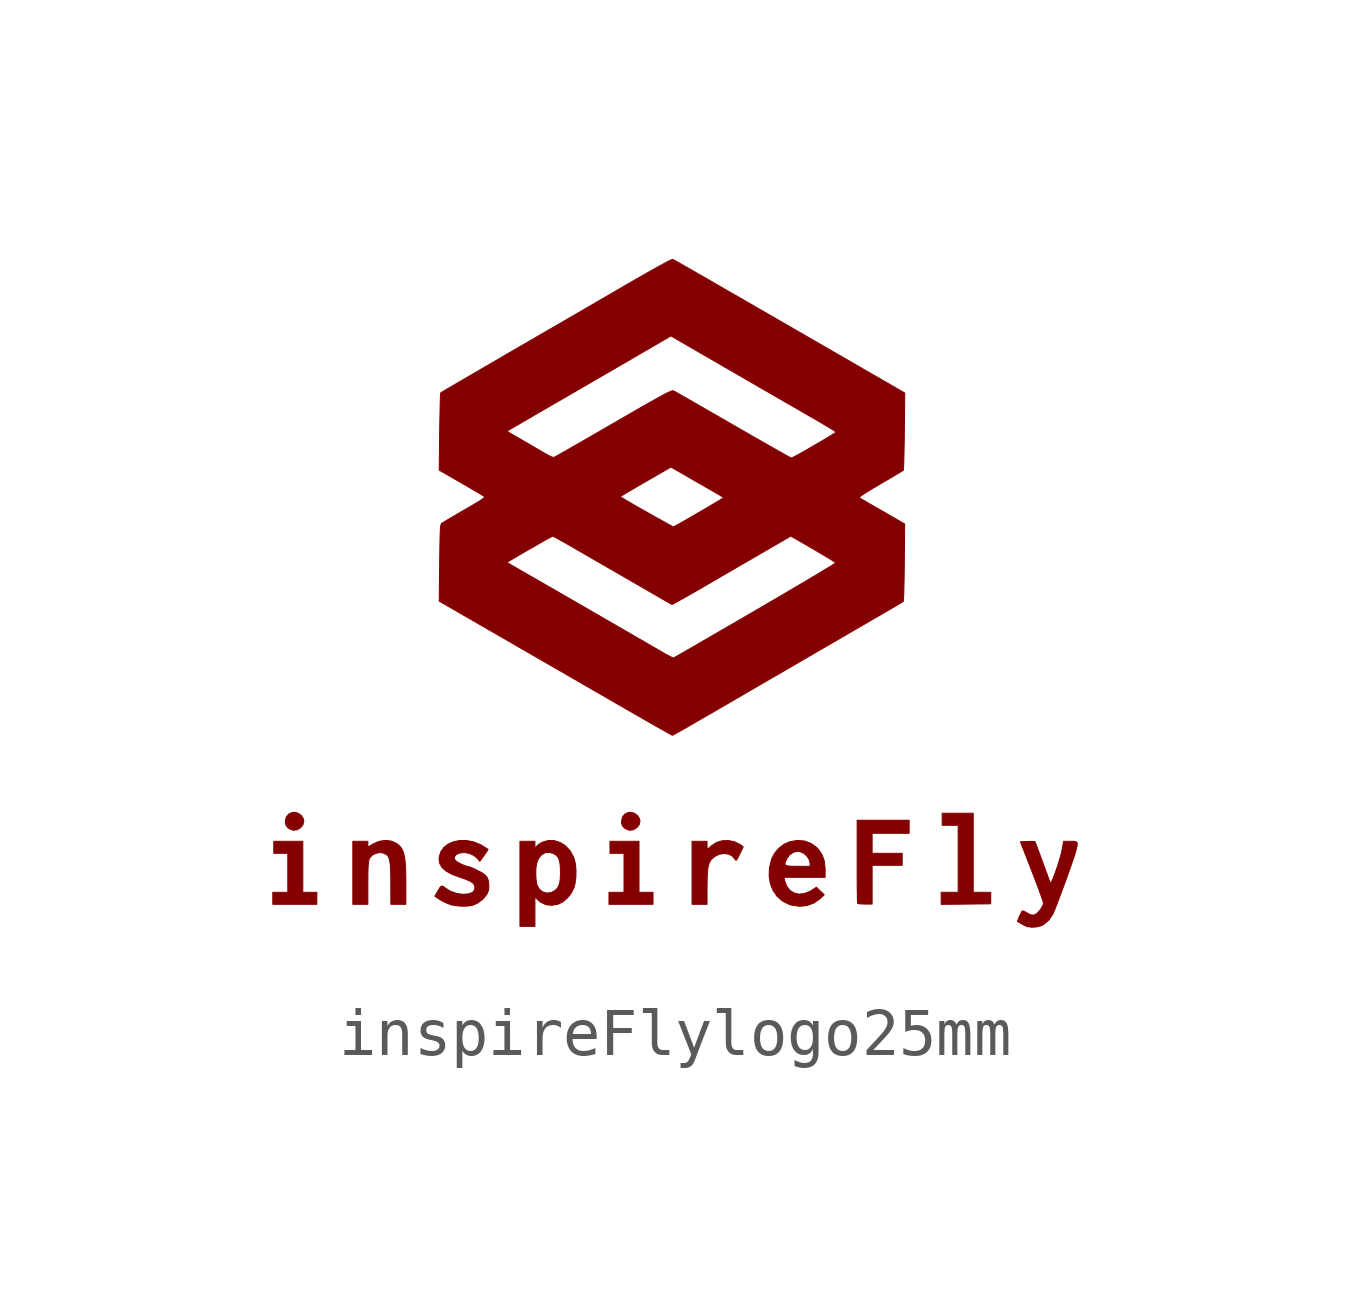
<source format=kicad_sym>
(kicad_symbol_lib
  (version 20220914)
  (generator kicad_symbol_editor)
  (symbol "inspireFlylogo25mm"
    (pin_names
      (offset 1.016))
    (property "Reference" "#G"
      (at 0 11.867 0)
      (effects (font (size 1.27 1.27)) hide))
    (symbol "inspireFlylogo25mm_0_0"
      (polyline (pts (xy -7.804 -5.157) (xy -7.729 -5.107) (xy -7.686 -5.052) (xy -7.668 -4.98) (xy -7.679 -4.925) (xy -7.722 -4.858) (xy -7.787 -4.811) (xy -7.863 -4.793) (xy -7.908 -4.797) (xy -7.984 -4.831) (xy -8.034 -4.894) (xy -8.053 -4.98) (xy -8.051 -5.019) (xy -8.035 -5.072) (xy -7.995 -5.118) (xy -7.967 -5.138) (xy -7.886 -5.167) (xy -7.804 -5.157)) (stroke (width 0.01) (type default)) (fill (type outline)))
      (polyline (pts (xy -0.803 -5.157) (xy -0.728 -5.107) (xy -0.685 -5.052) (xy -0.667 -4.98) (xy -0.678 -4.925) (xy -0.721 -4.858) (xy -0.786 -4.811) (xy -0.862 -4.793) (xy -0.907 -4.797) (xy -0.983 -4.831) (xy -1.033 -4.894) (xy -1.051 -4.98) (xy -1.05 -5.019) (xy -1.034 -5.072) (xy -0.993 -5.118) (xy -0.965 -5.138) (xy -0.885 -5.167) (xy -0.803 -5.157)) (stroke (width 0.01) (type default)) (fill (type outline)))
      (polyline (pts (xy -7.397 -6.584) (xy -7.397 -6.459) (xy -7.543 -6.459) (xy -7.689 -6.459) (xy -7.689 -5.928) (xy -7.689 -5.397) (xy -7.991 -5.397) (xy -8.293 -5.397) (xy -8.293 -5.522) (xy -8.293 -5.647) (xy -8.147 -5.647) (xy -8.001 -5.647) (xy -8.001 -6.053) (xy -8.001 -6.459) (xy -8.158 -6.459) (xy -8.314 -6.459) (xy -8.314 -6.584) (xy -8.314 -6.709) (xy -7.856 -6.709) (xy -7.397 -6.709) (xy -7.397 -6.584)) (stroke (width 0.01) (type default)) (fill (type outline)))
      (polyline (pts (xy -0.396 -6.584) (xy -0.396 -6.459) (xy -0.542 -6.459) (xy -0.688 -6.459) (xy -0.688 -5.928) (xy -0.688 -5.397) (xy -0.99 -5.397) (xy -1.292 -5.397) (xy -1.292 -5.522) (xy -1.292 -5.647) (xy -1.146 -5.647) (xy -1 -5.647) (xy -1 -6.053) (xy -1 -6.459) (xy -1.156 -6.459) (xy -1.313 -6.459) (xy -1.313 -6.584) (xy -1.313 -6.709) (xy -0.854 -6.709) (xy -0.396 -6.709) (xy -0.396 -6.584)) (stroke (width 0.01) (type default)) (fill (type outline)))
      (polyline (pts (xy 6.12 -6.705) (xy 6.636 -6.699) (xy 6.637 -6.579) (xy 6.638 -6.459) (xy 6.455 -6.459) (xy 6.272 -6.459) (xy 6.272 -5.636) (xy 6.272 -4.813) (xy 5.949 -4.813) (xy 5.626 -4.813) (xy 5.626 -4.938) (xy 5.626 -5.063) (xy 5.793 -5.063) (xy 5.959 -5.063) (xy 5.959 -5.761) (xy 5.959 -6.459) (xy 5.782 -6.459) (xy 5.605 -6.459) (xy 5.605 -6.585) (xy 5.605 -6.71) (xy 6.12 -6.705)) (stroke (width 0.01) (type default)) (fill (type outline)))
      (polyline (pts (xy 4.167 -6.3) (xy 4.167 -5.897) (xy 4.48 -5.897) (xy 4.793 -5.897) (xy 4.793 -5.772) (xy 4.793 -5.647) (xy 4.48 -5.647) (xy 4.167 -5.647) (xy 4.167 -5.438) (xy 4.167 -5.23) (xy 4.553 -5.23) (xy 4.938 -5.23) (xy 4.938 -5.095) (xy 4.938 -4.959) (xy 4.397 -4.959) (xy 3.855 -4.959) (xy 3.855 -5.82) (xy 3.855 -5.907) (xy 3.855 -6.087) (xy 3.856 -6.252) (xy 3.857 -6.397) (xy 3.859 -6.518) (xy 3.861 -6.61) (xy 3.863 -6.67) (xy 3.866 -6.692) (xy 3.866 -6.693) (xy 3.892 -6.698) (xy 3.948 -6.702) (xy 4.022 -6.704) (xy 4.167 -6.704) (xy 4.167 -6.3)) (stroke (width 0.01) (type default)) (fill (type outline)))
      (polyline (pts (xy 0.729 -6.35) (xy 0.73 -6.265) (xy 0.733 -6.121) (xy 0.74 -6.009) (xy 0.752 -5.924) (xy 0.771 -5.859) (xy 0.796 -5.807) (xy 0.83 -5.764) (xy 0.891 -5.712) (xy 0.984 -5.667) (xy 1.081 -5.651) (xy 1.175 -5.663) (xy 1.255 -5.704) (xy 1.313 -5.772) (xy 1.32 -5.784) (xy 1.333 -5.793) (xy 1.349 -5.78) (xy 1.373 -5.739) (xy 1.409 -5.665) (xy 1.482 -5.513) (xy 1.434 -5.476) (xy 1.412 -5.461) (xy 1.296 -5.405) (xy 1.169 -5.38) (xy 1.041 -5.386) (xy 0.922 -5.423) (xy 0.821 -5.491) (xy 0.793 -5.517) (xy 0.755 -5.55) (xy 0.737 -5.563) (xy 0.735 -5.561) (xy 0.731 -5.532) (xy 0.729 -5.48) (xy 0.729 -5.397) (xy 0.573 -5.397) (xy 0.417 -5.397) (xy 0.417 -6.053) (xy 0.417 -6.709) (xy 0.573 -6.709) (xy 0.729 -6.709) (xy 0.729 -6.35)) (stroke (width 0.01) (type default)) (fill (type outline)))
      (polyline (pts (xy -6.334 -6.271) (xy -6.334 -6.22) (xy -6.333 -6.067) (xy -6.33 -5.949) (xy -6.324 -5.863) (xy -6.316 -5.803) (xy -6.306 -5.764) (xy -6.298 -5.749) (xy -6.245 -5.687) (xy -6.169 -5.647) (xy -6.084 -5.632) (xy -6.001 -5.643) (xy -5.933 -5.685) (xy -5.912 -5.711) (xy -5.892 -5.752) (xy -5.878 -5.808) (xy -5.867 -5.886) (xy -5.861 -5.99) (xy -5.857 -6.126) (xy -5.856 -6.298) (xy -5.855 -6.709) (xy -5.699 -6.709) (xy -5.543 -6.709) (xy -5.543 -6.266) (xy -5.543 -6.201) (xy -5.546 -6.011) (xy -5.554 -5.856) (xy -5.569 -5.732) (xy -5.591 -5.635) (xy -5.623 -5.559) (xy -5.665 -5.5) (xy -5.718 -5.455) (xy -5.784 -5.417) (xy -5.852 -5.391) (xy -5.978 -5.378) (xy -6.107 -5.4) (xy -6.232 -5.457) (xy -6.334 -5.52) (xy -6.334 -5.458) (xy -6.334 -5.397) (xy -6.491 -5.397) (xy -6.647 -5.397) (xy -6.647 -6.053) (xy -6.647 -6.709) (xy -6.491 -6.709) (xy -6.334 -6.709) (xy -6.334 -6.271)) (stroke (width 0.01) (type default)) (fill (type outline)))
      (polyline (pts (xy 2.809 -6.735) (xy 2.951 -6.684) (xy 3.073 -6.6) (xy 3.17 -6.511) (xy 3.088 -6.432) (xy 3.006 -6.353) (xy 2.929 -6.405) (xy 2.884 -6.433) (xy 2.763 -6.483) (xy 2.648 -6.497) (xy 2.544 -6.475) (xy 2.456 -6.42) (xy 2.388 -6.333) (xy 2.345 -6.215) (xy 2.33 -6.147) (xy 2.759 -6.147) (xy 3.188 -6.147) (xy 3.188 -5.994) (xy 3.188 -5.958) (xy 3.17 -5.805) (xy 3.124 -5.677) (xy 3.049 -5.565) (xy 3.008 -5.522) (xy 2.89 -5.439) (xy 2.755 -5.39) (xy 2.606 -5.379) (xy 2.449 -5.406) (xy 2.333 -5.459) (xy 2.224 -5.543) (xy 2.135 -5.647) (xy 2.076 -5.761) (xy 2.073 -5.77) (xy 2.051 -5.861) (xy 2.351 -5.861) (xy 2.365 -5.815) (xy 2.396 -5.75) (xy 2.447 -5.68) (xy 2.527 -5.625) (xy 2.619 -5.605) (xy 2.652 -5.608) (xy 2.735 -5.641) (xy 2.806 -5.701) (xy 2.857 -5.779) (xy 2.876 -5.864) (xy 2.876 -5.918) (xy 2.615 -5.918) (xy 2.556 -5.918) (xy 2.456 -5.915) (xy 2.392 -5.907) (xy 2.358 -5.89) (xy 2.351 -5.861) (xy 2.051 -5.861) (xy 2.03 -5.948) (xy 2.022 -6.119) (xy 2.048 -6.279) (xy 2.104 -6.422) (xy 2.19 -6.545) (xy 2.304 -6.644) (xy 2.445 -6.713) (xy 2.5 -6.729) (xy 2.657 -6.75) (xy 2.809 -6.735)) (stroke (width 0.01) (type default)) (fill (type outline)))
      (polyline (pts (xy -2.855 -6.862) (xy -2.855 -6.555) (xy -2.787 -6.621) (xy -2.728 -6.669) (xy -2.623 -6.718) (xy -2.503 -6.73) (xy -2.368 -6.705) (xy -2.363 -6.703) (xy -2.269 -6.655) (xy -2.178 -6.577) (xy -2.1 -6.478) (xy -2.045 -6.37) (xy -2.021 -6.284) (xy -2.002 -6.147) (xy -1.999 -6.002) (xy -2.012 -5.863) (xy -2.042 -5.747) (xy -2.053 -5.719) (xy -2.125 -5.592) (xy -2.219 -5.492) (xy -2.329 -5.421) (xy -2.45 -5.383) (xy -2.576 -5.38) (xy -2.701 -5.416) (xy -2.721 -5.426) (xy -2.78 -5.464) (xy -2.821 -5.503) (xy -2.855 -5.552) (xy -2.855 -5.474) (xy -2.855 -5.397) (xy -3.011 -5.397) (xy -3.167 -5.397) (xy -3.167 -6.054) (xy -2.837 -6.054) (xy -2.834 -5.954) (xy -2.823 -5.875) (xy -2.822 -5.867) (xy -2.781 -5.758) (xy -2.72 -5.68) (xy -2.643 -5.635) (xy -2.554 -5.627) (xy -2.458 -5.657) (xy -2.408 -5.691) (xy -2.367 -5.741) (xy -2.341 -5.812) (xy -2.327 -5.91) (xy -2.323 -6.043) (xy -2.327 -6.17) (xy -2.34 -6.268) (xy -2.366 -6.341) (xy -2.406 -6.395) (xy -2.465 -6.439) (xy -2.52 -6.465) (xy -2.61 -6.475) (xy -2.695 -6.45) (xy -2.765 -6.392) (xy -2.813 -6.304) (xy -2.825 -6.248) (xy -2.834 -6.157) (xy -2.837 -6.054) (xy -3.167 -6.054) (xy -3.167 -6.282) (xy -3.167 -7.168) (xy -3.011 -7.168) (xy -2.855 -7.168) (xy -2.855 -6.862)) (stroke (width 0.01) (type default)) (fill (type outline)))
      (polyline (pts (xy -4.226 -6.743) (xy -4.144 -6.727) (xy -4.05 -6.684) (xy -3.941 -6.605) (xy -3.862 -6.507) (xy -3.851 -6.489) (xy -3.825 -6.43) (xy -3.815 -6.372) (xy -3.817 -6.292) (xy -3.818 -6.282) (xy -3.828 -6.205) (xy -3.849 -6.152) (xy -3.886 -6.106) (xy -3.928 -6.073) (xy -3.996 -6.032) (xy -4.076 -5.991) (xy -4.156 -5.954) (xy -4.226 -5.928) (xy -4.271 -5.918) (xy -4.293 -5.912) (xy -4.343 -5.893) (xy -4.407 -5.864) (xy -4.474 -5.828) (xy -4.525 -5.78) (xy -4.535 -5.733) (xy -4.506 -5.684) (xy -4.481 -5.665) (xy -4.404 -5.636) (xy -4.312 -5.632) (xy -4.216 -5.651) (xy -4.126 -5.692) (xy -4.054 -5.753) (xy -4.003 -5.814) (xy -3.953 -5.746) (xy -3.947 -5.739) (xy -3.904 -5.677) (xy -3.866 -5.622) (xy -3.83 -5.565) (xy -3.931 -5.501) (xy -3.999 -5.462) (xy -4.138 -5.408) (xy -4.279 -5.381) (xy -4.416 -5.38) (xy -4.544 -5.404) (xy -4.657 -5.452) (xy -4.749 -5.523) (xy -4.815 -5.614) (xy -4.848 -5.724) (xy -4.852 -5.766) (xy -4.837 -5.861) (xy -4.788 -5.944) (xy -4.704 -6.018) (xy -4.581 -6.085) (xy -4.42 -6.145) (xy -4.304 -6.185) (xy -4.21 -6.225) (xy -4.149 -6.264) (xy -4.115 -6.306) (xy -4.105 -6.351) (xy -4.11 -6.401) (xy -4.137 -6.447) (xy -4.195 -6.479) (xy -4.246 -6.493) (xy -4.362 -6.5) (xy -4.488 -6.481) (xy -4.609 -6.439) (xy -4.714 -6.375) (xy -4.754 -6.343) (xy -4.787 -6.327) (xy -4.813 -6.336) (xy -4.843 -6.373) (xy -4.883 -6.444) (xy -4.94 -6.542) (xy -4.825 -6.616) (xy -4.77 -6.648) (xy -4.68 -6.69) (xy -4.6 -6.719) (xy -4.559 -6.728) (xy -4.449 -6.744) (xy -4.333 -6.749) (xy -4.226 -6.743)) (stroke (width 0.01) (type default)) (fill (type outline)))
      (polyline (pts (xy 7.593 -7.18) (xy 7.684 -7.156) (xy 7.743 -7.126) (xy 7.847 -7.038) (xy 7.93 -6.914) (xy 7.945 -6.881) (xy 7.976 -6.806) (xy 8.016 -6.704) (xy 8.063 -6.58) (xy 8.115 -6.442) (xy 8.169 -6.295) (xy 8.223 -6.146) (xy 8.274 -6.002) (xy 8.321 -5.869) (xy 8.361 -5.754) (xy 8.39 -5.664) (xy 8.408 -5.604) (xy 8.422 -5.551) (xy 8.438 -5.476) (xy 8.437 -5.43) (xy 8.416 -5.407) (xy 8.371 -5.398) (xy 8.297 -5.397) (xy 8.156 -5.397) (xy 8.121 -5.58) (xy 8.101 -5.67) (xy 8.068 -5.787) (xy 8.029 -5.912) (xy 7.988 -6.03) (xy 7.967 -6.087) (xy 7.933 -6.175) (xy 7.908 -6.231) (xy 7.892 -6.259) (xy 7.88 -6.263) (xy 7.871 -6.248) (xy 7.87 -6.245) (xy 7.855 -6.207) (xy 7.83 -6.136) (xy 7.795 -6.041) (xy 7.754 -5.929) (xy 7.709 -5.806) (xy 7.7 -5.781) (xy 7.657 -5.664) (xy 7.618 -5.561) (xy 7.587 -5.479) (xy 7.566 -5.425) (xy 7.556 -5.403) (xy 7.556 -5.403) (xy 7.531 -5.4) (xy 7.476 -5.399) (xy 7.402 -5.401) (xy 7.256 -5.407) (xy 7.495 -6.022) (xy 7.524 -6.098) (xy 7.581 -6.245) (xy 7.631 -6.38) (xy 7.674 -6.496) (xy 7.706 -6.588) (xy 7.727 -6.652) (xy 7.735 -6.682) (xy 7.728 -6.718) (xy 7.697 -6.781) (xy 7.65 -6.847) (xy 7.597 -6.902) (xy 7.591 -6.906) (xy 7.532 -6.934) (xy 7.466 -6.928) (xy 7.387 -6.885) (xy 7.362 -6.87) (xy 7.317 -6.849) (xy 7.292 -6.849) (xy 7.284 -6.861) (xy 7.262 -6.904) (xy 7.234 -6.964) (xy 7.192 -7.062) (xy 7.259 -7.104) (xy 7.264 -7.106) (xy 7.324 -7.14) (xy 7.377 -7.166) (xy 7.397 -7.173) (xy 7.49 -7.186) (xy 7.593 -7.18)) (stroke (width 0.01) (type default)) (fill (type outline)))
      (polyline (pts (xy 0.013 -3.186) (xy 0.025 -3.18) (xy 0.047 -3.169) (xy 0.078 -3.152) (xy 0.122 -3.128) (xy 0.179 -3.096) (xy 0.253 -3.054) (xy 0.344 -3.002) (xy 0.454 -2.938) (xy 0.586 -2.862) (xy 0.741 -2.772) (xy 0.921 -2.668) (xy 1.128 -2.548) (xy 1.364 -2.411) (xy 1.63 -2.256) (xy 1.928 -2.083) (xy 2.261 -1.89) (xy 2.399 -1.809) (xy 2.632 -1.674) (xy 2.872 -1.534) (xy 3.112 -1.395) (xy 3.347 -1.259) (xy 3.569 -1.13) (xy 3.773 -1.011) (xy 3.954 -0.906) (xy 4.105 -0.819) (xy 4.138 -0.799) (xy 4.292 -0.71) (xy 4.433 -0.628) (xy 4.558 -0.555) (xy 4.663 -0.493) (xy 4.743 -0.445) (xy 4.796 -0.413) (xy 4.816 -0.4) (xy 4.817 -0.399) (xy 4.82 -0.368) (xy 4.824 -0.302) (xy 4.827 -0.204) (xy 4.83 -0.079) (xy 4.833 0.069) (xy 4.835 0.234) (xy 4.837 0.413) (xy 4.845 1.211) (xy 4.386 1.476) (xy 4.282 1.535) (xy 4.165 1.603) (xy 4.063 1.662) (xy 3.981 1.71) (xy 3.926 1.742) (xy 3.901 1.757) (xy 3.899 1.76) (xy 3.916 1.781) (xy 3.968 1.819) (xy 4.056 1.876) (xy 4.179 1.951) (xy 4.338 2.046) (xy 4.45 2.111) (xy 4.566 2.179) (xy 4.665 2.238) (xy 4.743 2.284) (xy 4.795 2.316) (xy 4.816 2.33) (xy 4.817 2.331) (xy 4.82 2.361) (xy 4.824 2.428) (xy 4.827 2.526) (xy 4.83 2.65) (xy 4.833 2.798) (xy 4.836 2.963) (xy 4.838 3.141) (xy 4.847 3.938) (xy 4.408 4.192) (xy 4.362 4.219) (xy 4.217 4.302) (xy 4.069 4.387) (xy 3.929 4.468) (xy 3.806 4.54) (xy 3.709 4.596) (xy 3.67 4.619) (xy 3.584 4.668) (xy 3.468 4.735) (xy 3.324 4.818) (xy 3.154 4.916) (xy 2.963 5.026) (xy 2.754 5.147) (xy 2.528 5.277) (xy 2.29 5.415) (xy 2.042 5.558) (xy 1.788 5.704) (xy 1.531 5.853) (xy 1.273 6.001) (xy 1.017 6.149) (xy 0.768 6.293) (xy 0.527 6.431) (xy 0.4 6.504) (xy 0.281 6.572) (xy 0.177 6.631) (xy 0.095 6.678) (xy 0.038 6.709) (xy 0.012 6.722) (xy -0.012 6.714) (xy -0.069 6.687) (xy -0.156 6.641) (xy -0.27 6.579) (xy -0.409 6.502) (xy -0.569 6.411) (xy -0.747 6.309) (xy -0.942 6.197) (xy -1.065 6.125) (xy -1.262 6.011) (xy -1.485 5.881) (xy -1.729 5.739) (xy -1.989 5.588) (xy -2.259 5.431) (xy -2.534 5.272) (xy -2.809 5.113) (xy -3.077 4.957) (xy -3.334 4.808) (xy -3.443 4.745) (xy -3.666 4.615) (xy -3.876 4.493) (xy -4.073 4.378) (xy -4.252 4.274) (xy -4.411 4.181) (xy -4.548 4.101) (xy -4.66 4.035) (xy -4.744 3.986) (xy -4.797 3.954) (xy -4.816 3.942) (xy -4.817 3.941) (xy -4.82 3.91) (xy -4.824 3.844) (xy -4.827 3.746) (xy -4.83 3.621) (xy -4.833 3.474) (xy -4.836 3.309) (xy -4.838 3.142) (xy -3.44 3.142) (xy -3.371 3.183) (xy -3.349 3.196) (xy -3.292 3.23) (xy -3.205 3.28) (xy -3.092 3.346) (xy -2.956 3.425) (xy -2.8 3.516) (xy -2.628 3.615) (xy -2.444 3.722) (xy -2.25 3.834) (xy -2.186 3.872) (xy -1.968 3.998) (xy -1.744 4.128) (xy -1.52 4.258) (xy -1.302 4.384) (xy -1.096 4.504) (xy -0.908 4.613) (xy -0.744 4.708) (xy -0.611 4.786) (xy -0.023 5.128) (xy 1.171 4.437) (xy 1.389 4.311) (xy 1.616 4.18) (xy 1.841 4.049) (xy 2.061 3.923) (xy 2.269 3.802) (xy 2.461 3.692) (xy 2.632 3.593) (xy 2.777 3.509) (xy 2.891 3.444) (xy 2.927 3.423) (xy 3.058 3.347) (xy 3.175 3.277) (xy 3.275 3.218) (xy 3.351 3.171) (xy 3.4 3.139) (xy 3.417 3.125) (xy 3.417 3.124) (xy 3.393 3.107) (xy 3.341 3.073) (xy 3.264 3.026) (xy 3.17 2.969) (xy 3.065 2.907) (xy 2.953 2.842) (xy 2.841 2.777) (xy 2.735 2.716) (xy 2.641 2.663) (xy 2.564 2.622) (xy 2.51 2.594) (xy 2.486 2.584) (xy 2.481 2.586) (xy 2.444 2.605) (xy 2.376 2.642) (xy 2.28 2.696) (xy 2.158 2.765) (xy 2.013 2.847) (xy 1.848 2.941) (xy 1.667 3.044) (xy 1.473 3.156) (xy 1.268 3.274) (xy 1.181 3.324) (xy 0.979 3.441) (xy 0.789 3.55) (xy 0.612 3.652) (xy 0.454 3.743) (xy 0.315 3.822) (xy 0.2 3.888) (xy 0.112 3.938) (xy 0.054 3.971) (xy 0.029 3.984) (xy 0.019 3.986) (xy -0.002 3.983) (xy -0.033 3.971) (xy -0.078 3.951) (xy -0.139 3.921) (xy -0.218 3.879) (xy -0.318 3.824) (xy -0.442 3.754) (xy -0.592 3.669) (xy -0.77 3.567) (xy -0.979 3.446) (xy -1.221 3.306) (xy -1.321 3.248) (xy -1.522 3.132) (xy -1.712 3.022) (xy -1.887 2.921) (xy -2.045 2.831) (xy -2.181 2.753) (xy -2.294 2.689) (xy -2.38 2.64) (xy -2.436 2.609) (xy -2.459 2.597) (xy -2.47 2.597) (xy -2.515 2.612) (xy -2.58 2.643) (xy -2.657 2.686) (xy -2.692 2.707) (xy -2.783 2.76) (xy -2.894 2.825) (xy -3.014 2.895) (xy -3.132 2.963) (xy -3.44 3.142) (xy -4.838 3.142) (xy -4.839 3.13) (xy -4.848 2.333) (xy -4.394 2.071) (xy -4.295 2.014) (xy -4.177 1.945) (xy -4.074 1.885) (xy -3.992 1.836) (xy -3.935 1.801) (xy -3.909 1.785) (xy -3.906 1.78) (xy -1.078 1.78) (xy -1.077 1.781) (xy -1.051 1.798) (xy -0.994 1.832) (xy -0.912 1.881) (xy -0.808 1.942) (xy -0.687 2.013) (xy -0.553 2.091) (xy -0.022 2.397) (xy 0.525 2.082) (xy 0.58 2.051) (xy 0.713 1.974) (xy 0.831 1.906) (xy 0.932 1.848) (xy 1.009 1.803) (xy 1.06 1.773) (xy 1.079 1.762) (xy 1.078 1.761) (xy 1.055 1.746) (xy 1.001 1.712) (xy 0.921 1.664) (xy 0.82 1.604) (xy 0.701 1.534) (xy 0.569 1.456) (xy 0.543 1.442) (xy 0.412 1.365) (xy 0.293 1.296) (xy 0.19 1.238) (xy 0.11 1.192) (xy 0.055 1.163) (xy 0.032 1.151) (xy 0.031 1.151) (xy 0.003 1.164) (xy -0.054 1.194) (xy -0.135 1.239) (xy -0.234 1.294) (xy -0.348 1.357) (xy -0.469 1.425) (xy -0.592 1.495) (xy -0.712 1.563) (xy -0.824 1.627) (xy -0.922 1.684) (xy -1 1.731) (xy -1.054 1.763) (xy -1.078 1.78) (xy -3.906 1.78) (xy -3.904 1.775) (xy -3.914 1.759) (xy -3.943 1.734) (xy -3.995 1.698) (xy -4.074 1.65) (xy -4.181 1.586) (xy -4.322 1.504) (xy -4.413 1.452) (xy -4.53 1.383) (xy -4.633 1.323) (xy -4.715 1.274) (xy -4.772 1.24) (xy -4.799 1.223) (xy -4.806 1.212) (xy -4.813 1.19) (xy -4.819 1.153) (xy -4.824 1.097) (xy -4.828 1.018) (xy -4.831 0.913) (xy -4.834 0.778) (xy -4.836 0.608) (xy -4.839 0.411) (xy -3.441 0.411) (xy -3.361 0.458) (xy -3.326 0.479) (xy -3.21 0.547) (xy -3.088 0.619) (xy -2.964 0.69) (xy -2.843 0.759) (xy -2.732 0.823) (xy -2.635 0.878) (xy -2.558 0.92) (xy -2.506 0.948) (xy -2.485 0.958) (xy -2.479 0.957) (xy -2.466 0.951) (xy -2.443 0.94) (xy -2.409 0.921) (xy -2.361 0.894) (xy -2.297 0.858) (xy -2.214 0.811) (xy -2.111 0.752) (xy -1.986 0.68) (xy -1.835 0.593) (xy -1.657 0.49) (xy -1.45 0.371) (xy -1.211 0.233) (xy -0.939 0.075) (xy -0.881 0.042) (xy -0.705 -0.06) (xy -0.541 -0.155) (xy -0.392 -0.241) (xy -0.262 -0.316) (xy -0.154 -0.378) (xy -0.073 -0.424) (xy -0.02 -0.454) (xy 0 -0.465) (xy 0.002 -0.465) (xy 0.029 -0.451) (xy 0.088 -0.419) (xy 0.173 -0.371) (xy 0.283 -0.31) (xy 0.411 -0.237) (xy 0.555 -0.154) (xy 0.71 -0.064) (xy 0.815 -0.003) (xy 1.01 0.11) (xy 1.213 0.228) (xy 1.417 0.347) (xy 1.613 0.46) (xy 1.79 0.563) (xy 1.94 0.65) (xy 2.474 0.96) (xy 2.94 0.69) (xy 3.052 0.624) (xy 3.167 0.556) (xy 3.266 0.497) (xy 3.342 0.45) (xy 3.392 0.418) (xy 3.411 0.403) (xy 3.411 0.402) (xy 3.386 0.385) (xy 3.329 0.348) (xy 3.24 0.294) (xy 3.124 0.224) (xy 2.983 0.139) (xy 2.818 0.041) (xy 2.633 -0.068) (xy 2.429 -0.188) (xy 2.21 -0.317) (xy 1.978 -0.452) (xy 1.736 -0.594) (xy 1.683 -0.625) (xy 1.442 -0.765) (xy 1.211 -0.899) (xy 0.994 -1.025) (xy 0.792 -1.142) (xy 0.608 -1.248) (xy 0.446 -1.343) (xy 0.306 -1.423) (xy 0.193 -1.488) (xy 0.107 -1.537) (xy 0.053 -1.567) (xy 0.032 -1.579) (xy 0.01 -1.572) (xy -0.042 -1.548) (xy -0.114 -1.51) (xy -0.198 -1.462) (xy -0.222 -1.448) (xy -0.313 -1.395) (xy -0.428 -1.329) (xy -0.56 -1.252) (xy -0.698 -1.173) (xy -0.834 -1.094) (xy -0.858 -1.08) (xy -1.006 -0.994) (xy -1.162 -0.904) (xy -1.317 -0.814) (xy -1.457 -0.733) (xy -1.573 -0.666) (xy -1.65 -0.622) (xy -1.768 -0.553) (xy -1.91 -0.472) (xy -2.069 -0.38) (xy -2.238 -0.282) (xy -2.412 -0.182) (xy -2.584 -0.083) (xy -2.605 -0.071) (xy -2.763 0.02) (xy -2.912 0.106) (xy -3.047 0.183) (xy -3.164 0.251) (xy -3.258 0.305) (xy -3.325 0.344) (xy -3.361 0.365) (xy -3.441 0.411) (xy -4.839 0.411) (xy -4.839 0.401) (xy -4.848 -0.396) (xy -3.377 -1.244) (xy -3.196 -1.349) (xy -2.929 -1.503) (xy -2.654 -1.662) (xy -2.375 -1.822) (xy -2.1 -1.981) (xy -1.833 -2.136) (xy -1.579 -2.282) (xy -1.346 -2.417) (xy -1.137 -2.537) (xy -0.959 -2.64) (xy -0.883 -2.684) (xy -0.705 -2.786) (xy -0.54 -2.881) (xy -0.39 -2.967) (xy -0.259 -3.041) (xy -0.15 -3.102) (xy -0.068 -3.148) (xy -0.014 -3.178) (xy 0.007 -3.188) (xy 0.007 -3.188) (xy 0.013 -3.186)) (stroke (width 0.01) (type default)) (fill (type outline))))))
</source>
